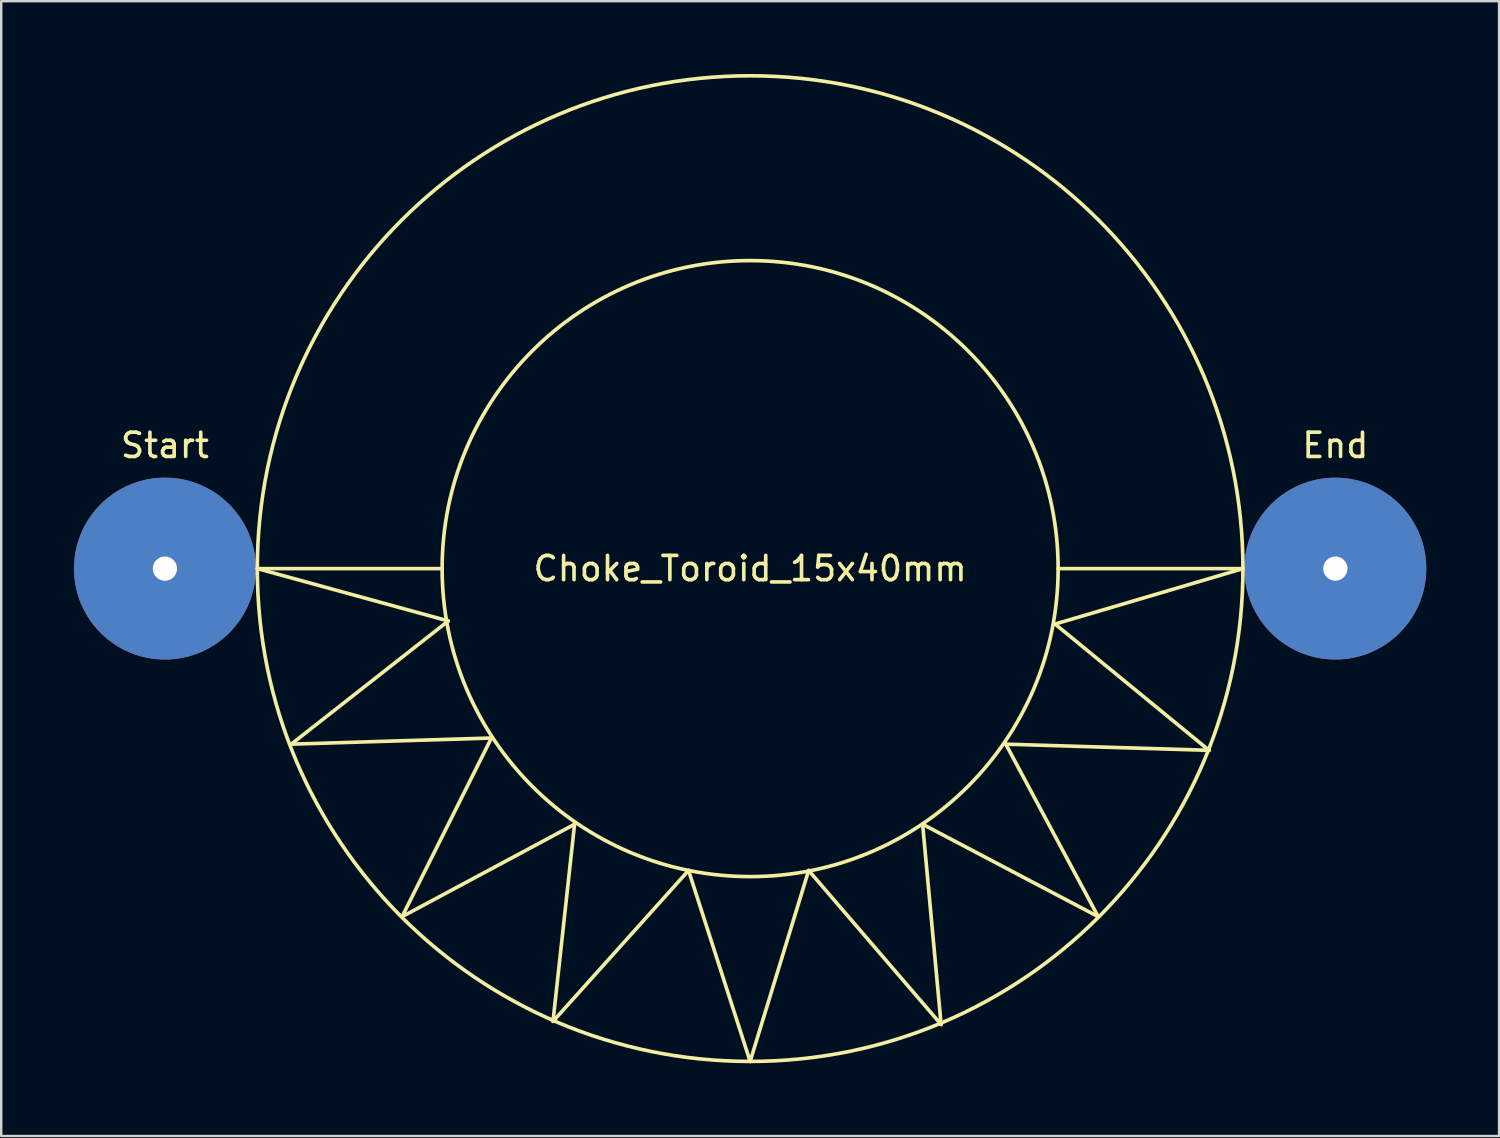
<source format=kicad_pcb>
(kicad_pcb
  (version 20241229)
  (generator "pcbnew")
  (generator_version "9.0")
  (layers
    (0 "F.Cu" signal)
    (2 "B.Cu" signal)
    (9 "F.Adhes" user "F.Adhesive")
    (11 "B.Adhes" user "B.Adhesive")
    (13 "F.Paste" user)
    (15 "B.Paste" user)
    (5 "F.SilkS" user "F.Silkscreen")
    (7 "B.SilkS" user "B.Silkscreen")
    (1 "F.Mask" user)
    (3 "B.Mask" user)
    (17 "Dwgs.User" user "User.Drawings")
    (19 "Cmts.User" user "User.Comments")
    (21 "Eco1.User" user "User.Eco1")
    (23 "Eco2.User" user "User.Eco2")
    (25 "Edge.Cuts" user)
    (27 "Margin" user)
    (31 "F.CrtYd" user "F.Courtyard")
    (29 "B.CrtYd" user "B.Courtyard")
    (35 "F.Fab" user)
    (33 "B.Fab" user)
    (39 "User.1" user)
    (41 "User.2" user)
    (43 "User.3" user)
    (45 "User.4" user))
  (footprint "Choke_Toroid_15x40mm"
    (layer "F.Cu")
    (at 27.88 20.395)
    (property "Reference" "Choke_Toroid_15x40mm" (at 0 0 0) (layer "F.SilkS") (effects (font (size 1 1) (thickness 0.15))))
    (attr through_hole)
    (fp_line (start -20.32 0) (end -12.446 2.159) (stroke (width 0.15) (type solid)) (layer "F.SilkS"))
    (fp_line (start -18.923 7.239) (end -10.668 6.985) (stroke (width 0.15) (type solid)) (layer "F.SilkS"))
    (fp_line (start -14.351 14.351) (end -7.239 10.541) (stroke (width 0.15) (type solid)) (layer "F.SilkS"))
    (fp_line (start -12.7 0) (end -20.32 0) (stroke (width 0.15) (type solid)) (layer "F.SilkS"))
    (fp_line (start -12.446 2.159) (end -18.923 7.239) (stroke (width 0.15) (type solid)) (layer "F.SilkS"))
    (fp_line (start -10.668 6.985) (end -14.351 14.351) (stroke (width 0.15) (type solid)) (layer "F.SilkS"))
    (fp_line (start -8.128 18.669) (end -2.54 12.446) (stroke (width 0.15) (type solid)) (layer "F.SilkS"))
    (fp_line (start -7.239 10.541) (end -8.128 18.669) (stroke (width 0.15) (type solid)) (layer "F.SilkS"))
    (fp_line (start -2.54 12.446) (end 0 20.32) (stroke (width 0.15) (type solid)) (layer "F.SilkS"))
    (fp_line (start 0 20.32) (end 2.413 12.446) (stroke (width 0.15) (type solid)) (layer "F.SilkS"))
    (fp_line (start 2.413 12.446) (end 7.874 18.796) (stroke (width 0.15) (type solid)) (layer "F.SilkS"))
    (fp_line (start 7.112 10.541) (end 14.351 14.351) (stroke (width 0.15) (type solid)) (layer "F.SilkS"))
    (fp_line (start 7.874 18.796) (end 7.112 10.541) (stroke (width 0.15) (type solid)) (layer "F.SilkS"))
    (fp_line (start 10.541 7.239) (end 18.923 7.493) (stroke (width 0.15) (type solid)) (layer "F.SilkS"))
    (fp_line (start 12.573 2.286) (end 20.32 0) (stroke (width 0.15) (type solid)) (layer "F.SilkS"))
    (fp_line (start 14.351 14.351) (end 10.541 7.239) (stroke (width 0.15) (type solid)) (layer "F.SilkS"))
    (fp_line (start 18.923 7.493) (end 12.573 2.286) (stroke (width 0.15) (type solid)) (layer "F.SilkS"))
    (fp_line (start 20.32 0) (end 12.7 0) (stroke (width 0.15) (type solid)) (layer "F.SilkS"))
    (fp_circle (center 0 0) (end -20.32 0) (stroke (width 0.15) (type solid)) (fill no) (layer "F.SilkS"))
    (fp_circle (center 0 0) (end -12.7 0) (stroke (width 0.15) (type solid)) (fill no) (layer "F.SilkS"))
    (fp_text user "End" (at 24.13 -5.08 0) (layer "F.SilkS") (effects (font (size 1 1) (thickness 0.15))))
    (fp_text user "Start" (at -24.13 -5.08 0) (layer "F.SilkS") (effects (font (size 1 1) (thickness 0.15))))
    (pad "1" thru_hole circle (at -24.13 0) (size 7.5 7.5) (drill 1) (layers "*.Cu" "*.Mask"))
    (pad "2" thru_hole circle (at 24.13 0) (size 7.5 7.5) (drill 1) (layers "*.Cu" "*.Mask")))
  (gr_rect
    (start -3 -3)
    (end 58.76 43.79)
    (stroke (width 0.1) (type default))
    (fill no)
    (layer "Edge.Cuts")))
</source>
